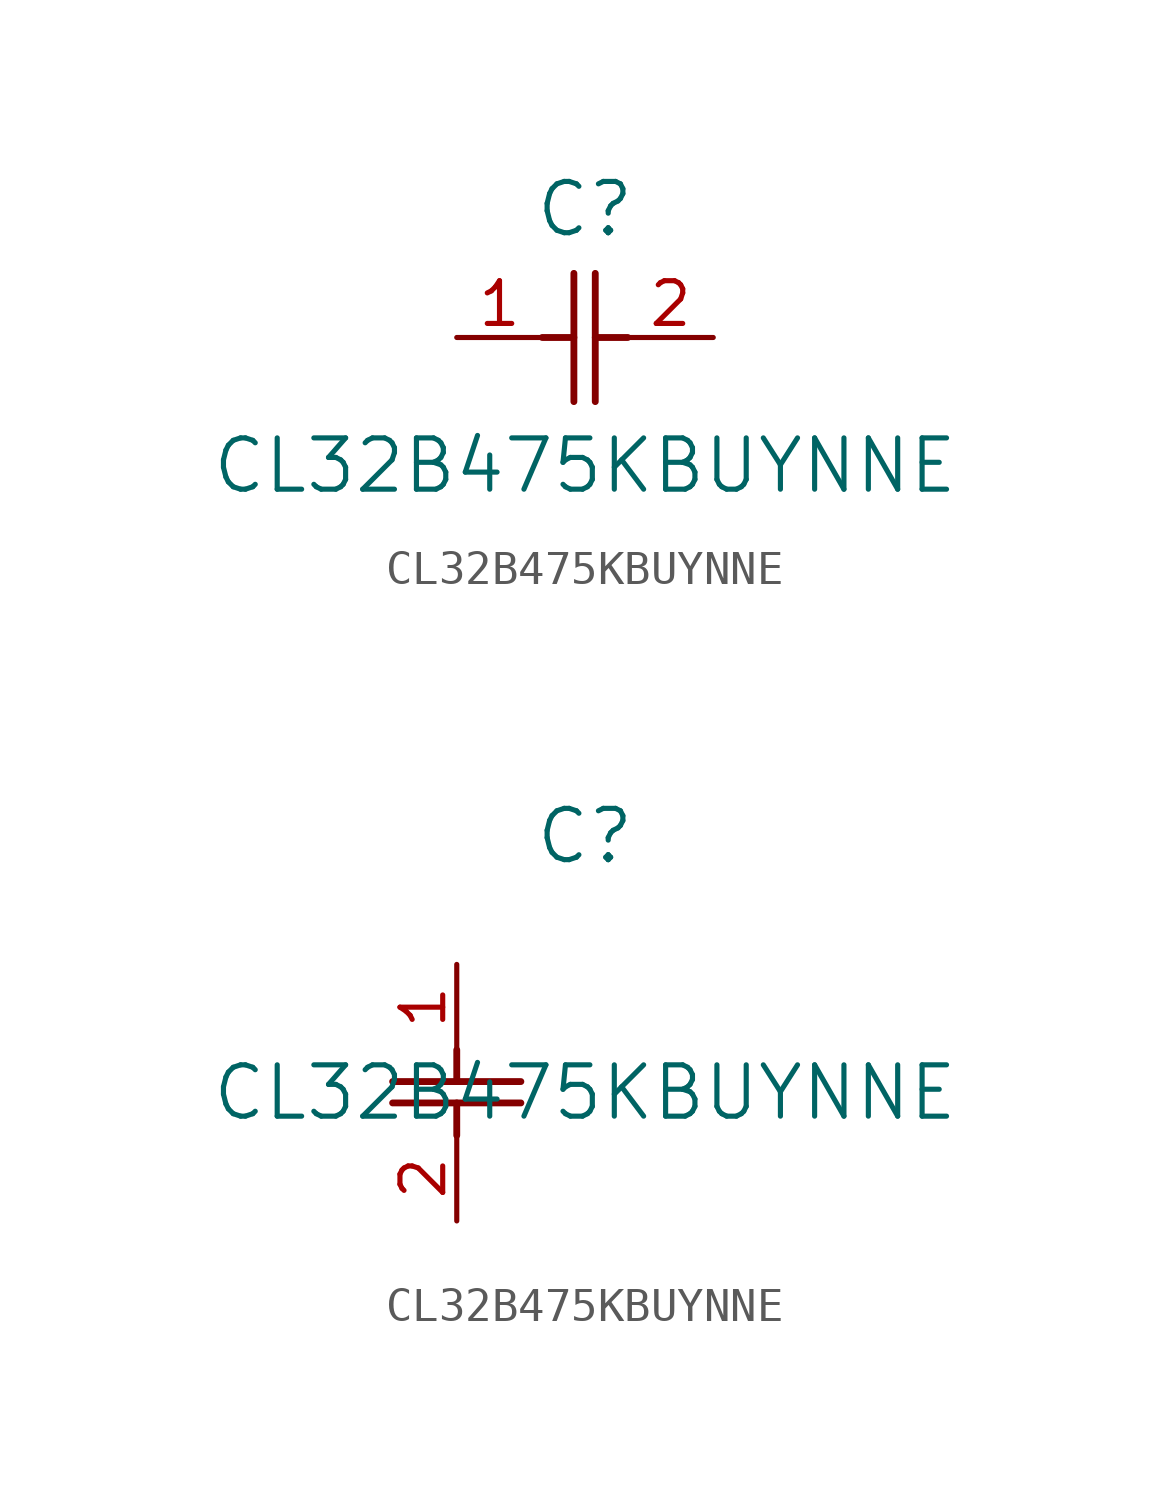
<source format=kicad_sym>
(kicad_symbol_lib
  (version 20231120)
  (generator "kicad_symbol_editor")
  (generator_version "8.0")
  (symbol "CL32B475KBUYNNE"
    (pin_names
      (offset 0.254))
    (property "Reference" "C"
      (at 3.81 3.81 0)
      (effects (font (size 1.524 1.524))))
    (property "Value" "CL32B475KBUYNNE"
      (at 3.81 -3.81 0)
      (effects (font (size 1.524 1.524))))
    (symbol "CL32B475KBUYNNE_1_1"
      (polyline (pts (xy 2.54 0) (xy 3.48 0)) (stroke (width 0.203) (type default)) (fill (type none)))
      (polyline (pts (xy 3.48 -1.905) (xy 3.48 1.905)) (stroke (width 0.203) (type default)) (fill (type none)))
      (polyline (pts (xy 4.115 -1.905) (xy 4.115 1.905)) (stroke (width 0.203) (type default)) (fill (type none)))
      (polyline (pts (xy 4.115 0) (xy 5.08 0)) (stroke (width 0.203) (type default)) (fill (type none)))
      (pin unspecified line (at 0 0 0) (length 2.54) (name "" (effects (font (size 1.27 1.27)))) (number "1" (effects (font (size 1.27 1.27)))))
      (pin unspecified line (at 7.62 0 180) (length 2.54) (name "" (effects (font (size 1.27 1.27)))) (number "2" (effects (font (size 1.27 1.27))))))
    (symbol "CL32B475KBUYNNE_1_2"
      (polyline (pts (xy -1.905 -4.115) (xy 1.905 -4.115)) (stroke (width 0.203) (type default)) (fill (type none)))
      (polyline (pts (xy -1.905 -3.48) (xy 1.905 -3.48)) (stroke (width 0.203) (type default)) (fill (type none)))
      (polyline (pts (xy 0 -4.115) (xy 0 -5.08)) (stroke (width 0.203) (type default)) (fill (type none)))
      (polyline (pts (xy 0 -2.54) (xy 0 -3.48)) (stroke (width 0.203) (type default)) (fill (type none)))
      (pin unspecified line (at 0 0 270) (length 2.54) (name "" (effects (font (size 1.27 1.27)))) (number "1" (effects (font (size 1.27 1.27)))))
      (pin unspecified line (at 0 -7.62 90) (length 2.54) (name "" (effects (font (size 1.27 1.27)))) (number "2" (effects (font (size 1.27 1.27))))))))
</source>
